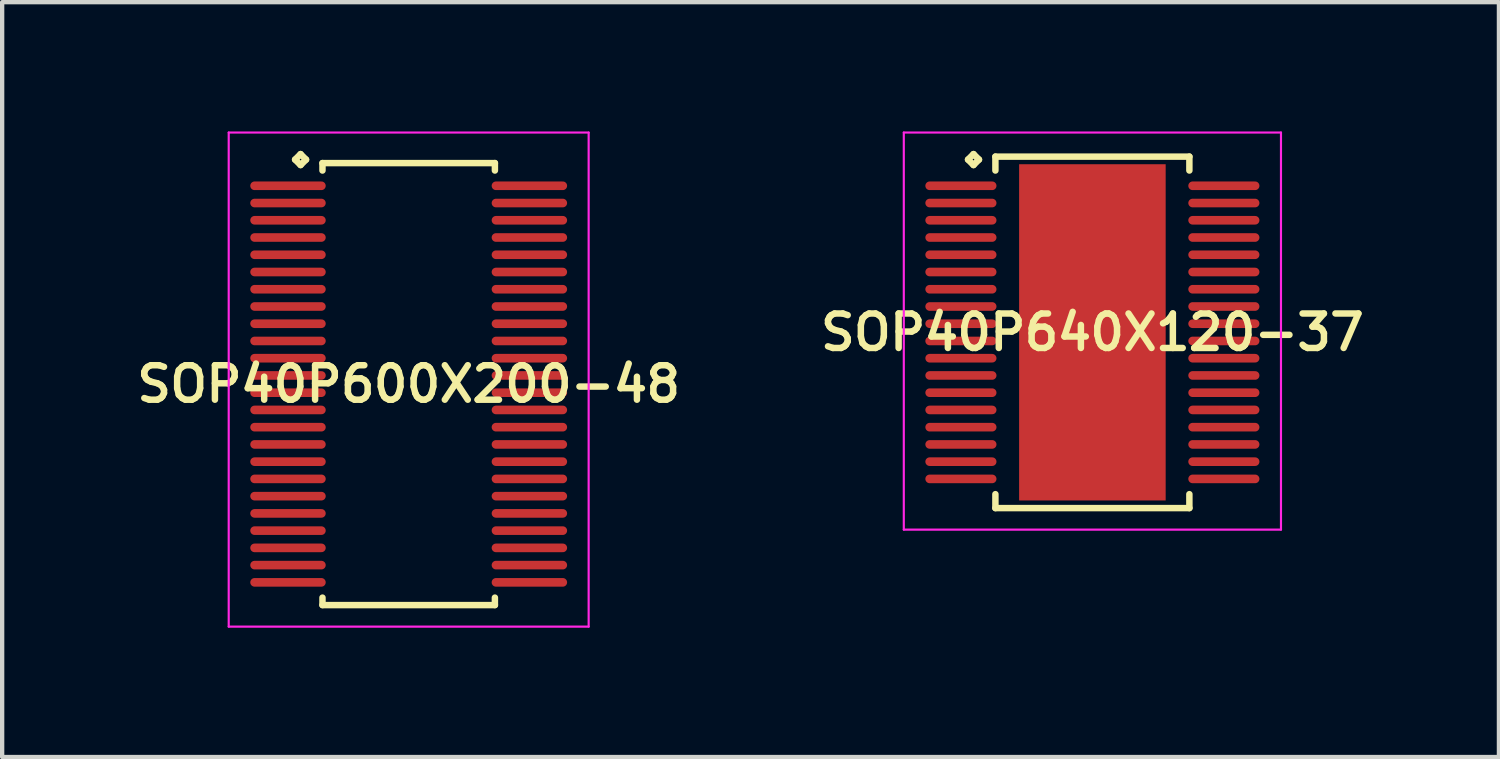
<source format=kicad_pcb>
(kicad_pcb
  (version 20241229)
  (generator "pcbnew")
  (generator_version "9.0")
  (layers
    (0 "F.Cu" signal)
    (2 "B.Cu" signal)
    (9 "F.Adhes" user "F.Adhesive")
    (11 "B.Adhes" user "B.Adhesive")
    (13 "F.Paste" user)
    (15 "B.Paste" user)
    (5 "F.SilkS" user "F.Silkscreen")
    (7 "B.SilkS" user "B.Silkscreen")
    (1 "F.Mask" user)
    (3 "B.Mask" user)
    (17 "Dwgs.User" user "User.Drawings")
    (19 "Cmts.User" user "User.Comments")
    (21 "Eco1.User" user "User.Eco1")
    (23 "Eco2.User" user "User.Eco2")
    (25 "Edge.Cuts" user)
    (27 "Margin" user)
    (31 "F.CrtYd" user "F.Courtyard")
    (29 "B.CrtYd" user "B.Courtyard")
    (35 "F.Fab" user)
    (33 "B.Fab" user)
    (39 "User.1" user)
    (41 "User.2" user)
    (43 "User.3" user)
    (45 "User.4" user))
  (footprint "SOP40P640X120-37"
    (layer "F.Cu")
    (at 22.292 4.66)
    (property "Reference" "SOP40P640X120-37" (at 0 0 0) (layer "F.SilkS") (effects (font (size 0.8 0.8) (thickness 0.15))))
    (attr smd)
    (fp_line (start -2.885 -4.008) (end -2.758 -4.135) (stroke (width 0.15) (type solid)) (layer "F.SilkS"))
    (fp_line (start -2.758 -4.135) (end -2.631 -4.008) (stroke (width 0.15) (type solid)) (layer "F.SilkS"))
    (fp_line (start -2.758 -3.881) (end -2.885 -4.008) (stroke (width 0.15) (type solid)) (layer "F.SilkS"))
    (fp_line (start -2.631 -4.008) (end -2.758 -3.881) (stroke (width 0.15) (type solid)) (layer "F.SilkS"))
    (fp_line (start -2.25 -4.077) (end 2.25 -4.077) (stroke (width 0.15) (type solid)) (layer "F.SilkS"))
    (fp_line (start -2.25 -3.754) (end -2.25 -4.077) (stroke (width 0.15) (type solid)) (layer "F.SilkS"))
    (fp_line (start -2.25 3.754) (end -2.25 4.077) (stroke (width 0.15) (type solid)) (layer "F.SilkS"))
    (fp_line (start -2.25 4.077) (end 2.25 4.077) (stroke (width 0.15) (type solid)) (layer "F.SilkS"))
    (fp_line (start 2.25 -4.077) (end 2.25 -3.754) (stroke (width 0.15) (type solid)) (layer "F.SilkS"))
    (fp_line (start 2.25 4.077) (end 2.25 3.754) (stroke (width 0.15) (type solid)) (layer "F.SilkS"))
    (fp_line (start -4.375 -4.635) (end 4.375 -4.635) (stroke (width 0.05) (type solid)) (layer "F.CrtYd"))
    (fp_line (start -4.375 4.577) (end -4.375 -4.635) (stroke (width 0.05) (type solid)) (layer "F.CrtYd"))
    (fp_line (start 4.375 -4.635) (end 4.375 4.577) (stroke (width 0.05) (type solid)) (layer "F.CrtYd"))
    (fp_line (start 4.375 4.577) (end -4.375 4.577) (stroke (width 0.05) (type solid)) (layer "F.CrtYd"))
    (pad "1" smd oval (at -3.05 -3.4) (size 1.65 0.2) (layers "F.Cu" "F.Mask" "F.Paste"))
    (pad "2" smd oval (at -3.05 -3) (size 1.65 0.2) (layers "F.Cu" "F.Mask" "F.Paste"))
    (pad "3" smd oval (at -3.05 -2.6) (size 1.65 0.2) (layers "F.Cu" "F.Mask" "F.Paste"))
    (pad "4" smd oval (at -3.05 -2.2) (size 1.65 0.2) (layers "F.Cu" "F.Mask" "F.Paste"))
    (pad "5" smd oval (at -3.05 -1.8) (size 1.65 0.2) (layers "F.Cu" "F.Mask" "F.Paste"))
    (pad "6" smd oval (at -3.05 -1.4) (size 1.65 0.2) (layers "F.Cu" "F.Mask" "F.Paste"))
    (pad "7" smd oval (at -3.05 -1) (size 1.65 0.2) (layers "F.Cu" "F.Mask" "F.Paste"))
    (pad "8" smd oval (at -3.05 -0.6) (size 1.65 0.2) (layers "F.Cu" "F.Mask" "F.Paste"))
    (pad "9" smd oval (at -3.05 -0.2) (size 1.65 0.2) (layers "F.Cu" "F.Mask" "F.Paste"))
    (pad "10" smd oval (at -3.05 0.2) (size 1.65 0.2) (layers "F.Cu" "F.Mask" "F.Paste"))
    (pad "11" smd oval (at -3.05 0.6) (size 1.65 0.2) (layers "F.Cu" "F.Mask" "F.Paste"))
    (pad "12" smd oval (at -3.05 1) (size 1.65 0.2) (layers "F.Cu" "F.Mask" "F.Paste"))
    (pad "13" smd oval (at -3.05 1.4) (size 1.65 0.2) (layers "F.Cu" "F.Mask" "F.Paste"))
    (pad "14" smd oval (at -3.05 1.8) (size 1.65 0.2) (layers "F.Cu" "F.Mask" "F.Paste"))
    (pad "15" smd oval (at -3.05 2.2) (size 1.65 0.2) (layers "F.Cu" "F.Mask" "F.Paste"))
    (pad "16" smd oval (at -3.05 2.6) (size 1.65 0.2) (layers "F.Cu" "F.Mask" "F.Paste"))
    (pad "17" smd oval (at -3.05 3) (size 1.65 0.2) (layers "F.Cu" "F.Mask" "F.Paste"))
    (pad "18" smd oval (at -3.05 3.4) (size 1.65 0.2) (layers "F.Cu" "F.Mask" "F.Paste"))
    (pad "19" smd oval (at 3.05 3.4) (size 1.65 0.2) (layers "F.Cu" "F.Mask" "F.Paste"))
    (pad "20" smd oval (at 3.05 3) (size 1.65 0.2) (layers "F.Cu" "F.Mask" "F.Paste"))
    (pad "21" smd oval (at 3.05 2.6) (size 1.65 0.2) (layers "F.Cu" "F.Mask" "F.Paste"))
    (pad "22" smd oval (at 3.05 2.2) (size 1.65 0.2) (layers "F.Cu" "F.Mask" "F.Paste"))
    (pad "23" smd oval (at 3.05 1.8) (size 1.65 0.2) (layers "F.Cu" "F.Mask" "F.Paste"))
    (pad "24" smd oval (at 3.05 1.4) (size 1.65 0.2) (layers "F.Cu" "F.Mask" "F.Paste"))
    (pad "25" smd oval (at 3.05 1) (size 1.65 0.2) (layers "F.Cu" "F.Mask" "F.Paste"))
    (pad "26" smd oval (at 3.05 0.6) (size 1.65 0.2) (layers "F.Cu" "F.Mask" "F.Paste"))
    (pad "27" smd oval (at 3.05 0.2) (size 1.65 0.2) (layers "F.Cu" "F.Mask" "F.Paste"))
    (pad "28" smd oval (at 3.05 -0.2) (size 1.65 0.2) (layers "F.Cu" "F.Mask" "F.Paste"))
    (pad "29" smd oval (at 3.05 -0.6) (size 1.65 0.2) (layers "F.Cu" "F.Mask" "F.Paste"))
    (pad "30" smd oval (at 3.05 -1) (size 1.65 0.2) (layers "F.Cu" "F.Mask" "F.Paste"))
    (pad "31" smd oval (at 3.05 -1.4) (size 1.65 0.2) (layers "F.Cu" "F.Mask" "F.Paste"))
    (pad "32" smd oval (at 3.05 -1.8) (size 1.65 0.2) (layers "F.Cu" "F.Mask" "F.Paste"))
    (pad "33" smd oval (at 3.05 -2.2) (size 1.65 0.2) (layers "F.Cu" "F.Mask" "F.Paste"))
    (pad "34" smd oval (at 3.05 -2.6) (size 1.65 0.2) (layers "F.Cu" "F.Mask" "F.Paste"))
    (pad "35" smd oval (at 3.05 -3) (size 1.65 0.2) (layers "F.Cu" "F.Mask" "F.Paste"))
    (pad "36" smd oval (at 3.05 -3.4) (size 1.65 0.2) (layers "F.Cu" "F.Mask" "F.Paste"))
    (pad "37" smd rect (at 0 0) (size 3.4 7.8) (layers "F.Cu" "F.Mask" "F.Paste")))
  (footprint "SOP40P600X200-48"
    (layer "F.Cu")
    (at 6.431 5.86)
    (property "Reference" "SOP40P600X200-48" (at 0 0 0) (layer "F.SilkS") (effects (font (size 0.8 0.8) (thickness 0.15))))
    (attr smd)
    (fp_line (start -2.635 -5.208) (end -2.508 -5.335) (stroke (width 0.15) (type solid)) (layer "F.SilkS"))
    (fp_line (start -2.508 -5.335) (end -2.381 -5.208) (stroke (width 0.15) (type solid)) (layer "F.SilkS"))
    (fp_line (start -2.508 -5.081) (end -2.635 -5.208) (stroke (width 0.15) (type solid)) (layer "F.SilkS"))
    (fp_line (start -2.381 -5.208) (end -2.508 -5.081) (stroke (width 0.15) (type solid)) (layer "F.SilkS"))
    (fp_line (start -2 -5.127) (end 2 -5.127) (stroke (width 0.15) (type solid)) (layer "F.SilkS"))
    (fp_line (start -2 -4.954) (end -2 -5.127) (stroke (width 0.15) (type solid)) (layer "F.SilkS"))
    (fp_line (start -2 4.954) (end -2 5.127) (stroke (width 0.15) (type solid)) (layer "F.SilkS"))
    (fp_line (start -2 5.127) (end 2 5.127) (stroke (width 0.15) (type solid)) (layer "F.SilkS"))
    (fp_line (start 2 -5.127) (end 2 -4.954) (stroke (width 0.15) (type solid)) (layer "F.SilkS"))
    (fp_line (start 2 5.127) (end 2 4.954) (stroke (width 0.15) (type solid)) (layer "F.SilkS"))
    (fp_line (start -4.175 -5.835) (end 4.175 -5.835) (stroke (width 0.05) (type solid)) (layer "F.CrtYd"))
    (fp_line (start -4.175 5.627) (end -4.175 -5.835) (stroke (width 0.05) (type solid)) (layer "F.CrtYd"))
    (fp_line (start 4.175 -5.835) (end 4.175 5.627) (stroke (width 0.05) (type solid)) (layer "F.CrtYd"))
    (fp_line (start 4.175 5.627) (end -4.175 5.627) (stroke (width 0.05) (type solid)) (layer "F.CrtYd"))
    (pad "1" smd oval (at -2.8 -4.6) (size 1.75 0.2) (layers "F.Cu" "F.Mask" "F.Paste"))
    (pad "2" smd oval (at -2.8 -4.2) (size 1.75 0.2) (layers "F.Cu" "F.Mask" "F.Paste"))
    (pad "3" smd oval (at -2.8 -3.8) (size 1.75 0.2) (layers "F.Cu" "F.Mask" "F.Paste"))
    (pad "4" smd oval (at -2.8 -3.4) (size 1.75 0.2) (layers "F.Cu" "F.Mask" "F.Paste"))
    (pad "5" smd oval (at -2.8 -3) (size 1.75 0.2) (layers "F.Cu" "F.Mask" "F.Paste"))
    (pad "6" smd oval (at -2.8 -2.6) (size 1.75 0.2) (layers "F.Cu" "F.Mask" "F.Paste"))
    (pad "7" smd oval (at -2.8 -2.2) (size 1.75 0.2) (layers "F.Cu" "F.Mask" "F.Paste"))
    (pad "8" smd oval (at -2.8 -1.8) (size 1.75 0.2) (layers "F.Cu" "F.Mask" "F.Paste"))
    (pad "9" smd oval (at -2.8 -1.4) (size 1.75 0.2) (layers "F.Cu" "F.Mask" "F.Paste"))
    (pad "10" smd oval (at -2.8 -1) (size 1.75 0.2) (layers "F.Cu" "F.Mask" "F.Paste"))
    (pad "11" smd oval (at -2.8 -0.6) (size 1.75 0.2) (layers "F.Cu" "F.Mask" "F.Paste"))
    (pad "12" smd oval (at -2.8 -0.2) (size 1.75 0.2) (layers "F.Cu" "F.Mask" "F.Paste"))
    (pad "13" smd oval (at -2.8 0.2) (size 1.75 0.2) (layers "F.Cu" "F.Mask" "F.Paste"))
    (pad "14" smd oval (at -2.8 0.6) (size 1.75 0.2) (layers "F.Cu" "F.Mask" "F.Paste"))
    (pad "15" smd oval (at -2.8 1) (size 1.75 0.2) (layers "F.Cu" "F.Mask" "F.Paste"))
    (pad "16" smd oval (at -2.8 1.4) (size 1.75 0.2) (layers "F.Cu" "F.Mask" "F.Paste"))
    (pad "17" smd oval (at -2.8 1.8) (size 1.75 0.2) (layers "F.Cu" "F.Mask" "F.Paste"))
    (pad "18" smd oval (at -2.8 2.2) (size 1.75 0.2) (layers "F.Cu" "F.Mask" "F.Paste"))
    (pad "19" smd oval (at -2.8 2.6) (size 1.75 0.2) (layers "F.Cu" "F.Mask" "F.Paste"))
    (pad "20" smd oval (at -2.8 3) (size 1.75 0.2) (layers "F.Cu" "F.Mask" "F.Paste"))
    (pad "21" smd oval (at -2.8 3.4) (size 1.75 0.2) (layers "F.Cu" "F.Mask" "F.Paste"))
    (pad "22" smd oval (at -2.8 3.8) (size 1.75 0.2) (layers "F.Cu" "F.Mask" "F.Paste"))
    (pad "23" smd oval (at -2.8 4.2) (size 1.75 0.2) (layers "F.Cu" "F.Mask" "F.Paste"))
    (pad "24" smd oval (at -2.8 4.6) (size 1.75 0.2) (layers "F.Cu" "F.Mask" "F.Paste"))
    (pad "25" smd oval (at 2.8 4.6) (size 1.75 0.2) (layers "F.Cu" "F.Mask" "F.Paste"))
    (pad "26" smd oval (at 2.8 4.2) (size 1.75 0.2) (layers "F.Cu" "F.Mask" "F.Paste"))
    (pad "27" smd oval (at 2.8 3.8) (size 1.75 0.2) (layers "F.Cu" "F.Mask" "F.Paste"))
    (pad "28" smd oval (at 2.8 3.4) (size 1.75 0.2) (layers "F.Cu" "F.Mask" "F.Paste"))
    (pad "29" smd oval (at 2.8 3) (size 1.75 0.2) (layers "F.Cu" "F.Mask" "F.Paste"))
    (pad "30" smd oval (at 2.8 2.6) (size 1.75 0.2) (layers "F.Cu" "F.Mask" "F.Paste"))
    (pad "31" smd oval (at 2.8 2.2) (size 1.75 0.2) (layers "F.Cu" "F.Mask" "F.Paste"))
    (pad "32" smd oval (at 2.8 1.8) (size 1.75 0.2) (layers "F.Cu" "F.Mask" "F.Paste"))
    (pad "33" smd oval (at 2.8 1.4) (size 1.75 0.2) (layers "F.Cu" "F.Mask" "F.Paste"))
    (pad "34" smd oval (at 2.8 1) (size 1.75 0.2) (layers "F.Cu" "F.Mask" "F.Paste"))
    (pad "35" smd oval (at 2.8 0.6) (size 1.75 0.2) (layers "F.Cu" "F.Mask" "F.Paste"))
    (pad "36" smd oval (at 2.8 0.2) (size 1.75 0.2) (layers "F.Cu" "F.Mask" "F.Paste"))
    (pad "37" smd oval (at 2.8 -0.2) (size 1.75 0.2) (layers "F.Cu" "F.Mask" "F.Paste"))
    (pad "38" smd oval (at 2.8 -0.6) (size 1.75 0.2) (layers "F.Cu" "F.Mask" "F.Paste"))
    (pad "39" smd oval (at 2.8 -1) (size 1.75 0.2) (layers "F.Cu" "F.Mask" "F.Paste"))
    (pad "40" smd oval (at 2.8 -1.4) (size 1.75 0.2) (layers "F.Cu" "F.Mask" "F.Paste"))
    (pad "41" smd oval (at 2.8 -1.8) (size 1.75 0.2) (layers "F.Cu" "F.Mask" "F.Paste"))
    (pad "42" smd oval (at 2.8 -2.2) (size 1.75 0.2) (layers "F.Cu" "F.Mask" "F.Paste"))
    (pad "43" smd oval (at 2.8 -2.6) (size 1.75 0.2) (layers "F.Cu" "F.Mask" "F.Paste"))
    (pad "44" smd oval (at 2.8 -3) (size 1.75 0.2) (layers "F.Cu" "F.Mask" "F.Paste"))
    (pad "45" smd oval (at 2.8 -3.4) (size 1.75 0.2) (layers "F.Cu" "F.Mask" "F.Paste"))
    (pad "46" smd oval (at 2.8 -3.8) (size 1.75 0.2) (layers "F.Cu" "F.Mask" "F.Paste"))
    (pad "47" smd oval (at 2.8 -4.2) (size 1.75 0.2) (layers "F.Cu" "F.Mask" "F.Paste"))
    (pad "48" smd oval (at 2.8 -4.6) (size 1.75 0.2) (layers "F.Cu" "F.Mask" "F.Paste")))
  (gr_rect
    (start -3 -3)
    (end 31.723 14.512)
    (stroke (width 0.1) (type default))
    (fill no)
    (layer "Edge.Cuts")))
</source>
